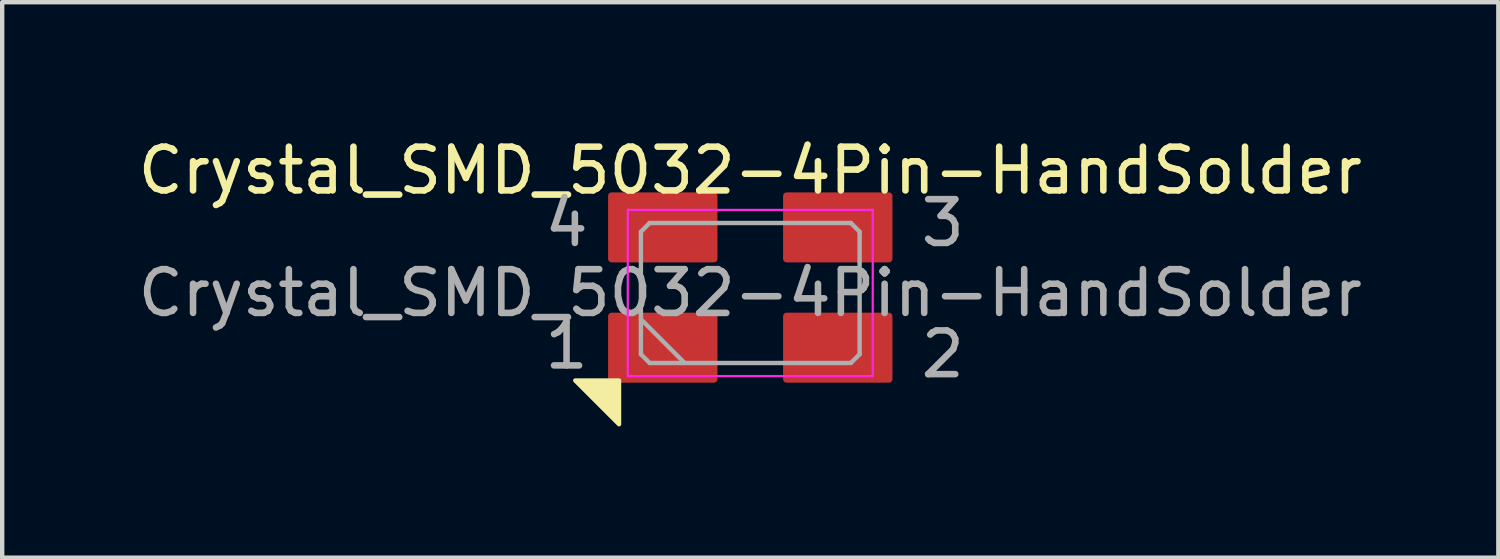
<source format=kicad_pcb>
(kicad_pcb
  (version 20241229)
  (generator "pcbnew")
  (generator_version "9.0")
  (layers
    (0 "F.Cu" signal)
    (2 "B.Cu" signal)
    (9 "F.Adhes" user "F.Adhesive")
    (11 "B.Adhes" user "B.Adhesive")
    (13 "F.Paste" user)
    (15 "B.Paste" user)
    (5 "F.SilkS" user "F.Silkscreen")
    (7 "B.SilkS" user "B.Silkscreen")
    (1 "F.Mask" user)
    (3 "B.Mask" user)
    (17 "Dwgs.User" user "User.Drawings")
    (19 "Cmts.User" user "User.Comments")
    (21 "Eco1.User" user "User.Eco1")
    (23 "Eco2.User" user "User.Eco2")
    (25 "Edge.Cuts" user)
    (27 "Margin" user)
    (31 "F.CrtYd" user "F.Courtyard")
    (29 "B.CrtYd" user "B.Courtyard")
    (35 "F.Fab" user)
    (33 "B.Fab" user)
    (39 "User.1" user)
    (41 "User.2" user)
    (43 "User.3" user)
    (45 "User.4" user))
  (footprint "Crystal_SMD_5032-4Pin-HandSolder"
    (layer "F.Cu")
    (at 14.101 3.648)
    (property "Reference" "Crystal_SMD_5032-4Pin-HandSolder" (at 0 -2.8 0) (layer "F.SilkS") (effects (font (size 1 1) (thickness 0.15))))
    (attr smd)
    (fp_poly (pts (xy -4 2) (xy -3 2) (xy -3 3)) (stroke (width 0.1) (type solid)) (fill yes) (layer "F.SilkS"))
    (fp_line (start -2.8 -1.9) (end -2.8 1.9) (stroke (width 0.05) (type solid)) (layer "F.CrtYd"))
    (fp_line (start -2.8 1.9) (end 2.8 1.9) (stroke (width 0.05) (type solid)) (layer "F.CrtYd"))
    (fp_line (start 2.8 -1.9) (end -2.8 -1.9) (stroke (width 0.05) (type solid)) (layer "F.CrtYd"))
    (fp_line (start 2.8 1.9) (end 2.8 -1.9) (stroke (width 0.05) (type solid)) (layer "F.CrtYd"))
    (fp_line (start -2.5 -1.4) (end -2.3 -1.6) (stroke (width 0.1) (type solid)) (layer "F.Fab"))
    (fp_line (start -2.5 0.6) (end -1.5 1.6) (stroke (width 0.1) (type solid)) (layer "F.Fab"))
    (fp_line (start -2.5 1.4) (end -2.5 -1.4) (stroke (width 0.1) (type solid)) (layer "F.Fab"))
    (fp_line (start -2.3 -1.6) (end 2.3 -1.6) (stroke (width 0.1) (type solid)) (layer "F.Fab"))
    (fp_line (start -2.3 1.6) (end -2.5 1.4) (stroke (width 0.1) (type solid)) (layer "F.Fab"))
    (fp_line (start 2.3 -1.6) (end 2.5 -1.4) (stroke (width 0.1) (type solid)) (layer "F.Fab"))
    (fp_line (start 2.3 1.6) (end -2.3 1.6) (stroke (width 0.1) (type solid)) (layer "F.Fab"))
    (fp_line (start 2.5 -1.4) (end 2.5 1.4) (stroke (width 0.1) (type solid)) (layer "F.Fab"))
    (fp_line (start 2.5 1.4) (end 2.3 1.6) (stroke (width 0.1) (type solid)) (layer "F.Fab"))
    (fp_text user "3" (at 4.4 -1.6 0) (layer "F.Fab") (effects (font (size 1 1) (thickness 0.15))))
    (fp_text user "4" (at -4.2 -1.6 0) (layer "F.Fab") (effects (font (size 1 1) (thickness 0.15))))
    (fp_text user "1" (at -4.2 1.2 0) (layer "F.Fab") (effects (font (size 1 1) (thickness 0.15))))
    (fp_text user "2" (at 4.4 1.4 0) (layer "F.Fab") (effects (font (size 1 1) (thickness 0.15))))
    (fp_text user "${REFERENCE}" (at 0 0 0) (layer "F.Fab") (effects (font (size 1 1) (thickness 0.15))))
    (pad "1" smd roundrect (at -2 1.25) (size 2.5 1.6) (layers "F.Cu" "F.Mask" "F.Paste") (roundrect_rratio 0.05))
    (pad "2" smd roundrect (at 2 1.25) (size 2.5 1.6) (layers "F.Cu" "F.Mask" "F.Paste") (roundrect_rratio 0.05))
    (pad "3" smd roundrect (at 2 -1.5) (size 2.5 1.6) (layers "F.Cu" "F.Mask" "F.Paste") (roundrect_rratio 0.05))
    (pad "4" smd roundrect (at -2 -1.5) (size 2.5 1.6) (layers "F.Cu" "F.Mask" "F.Paste") (roundrect_rratio 0.05)))
  (gr_rect
    (start -3 -3)
    (end 31.202 9.698)
    (stroke (width 0.1) (type default))
    (fill no)
    (layer "Edge.Cuts")))
</source>
